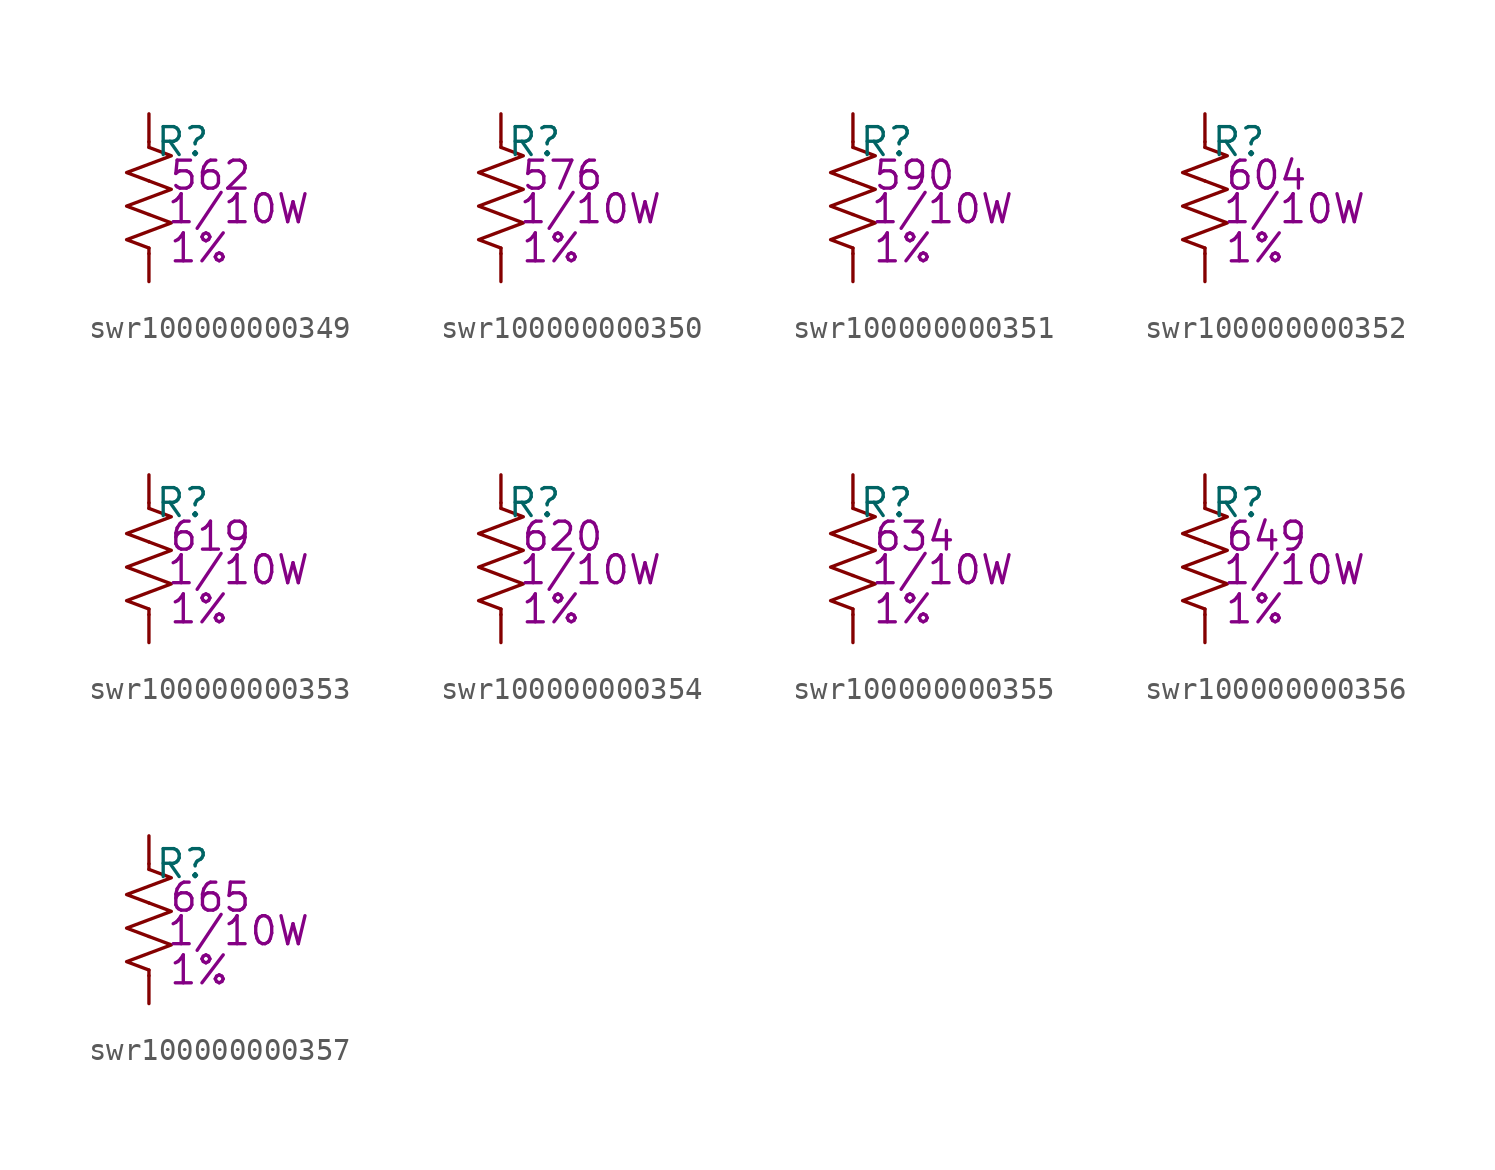
<source format=kicad_sym>
(kicad_symbol_lib
  (version 20211014)
  (generator kicad_symbol_editor)
  (symbol "swr100000000349"
    (pin_numbers hide)
    (pin_names
      (offset 1.016))
    (property "Reference" "R"
      (at 1.524 2.54 0)
      (effects (font (size 1.27 1.27))))
    (property "Tolerance" "1%"
      (at 2.286 -2.286 0)
      (effects (font (size 1.27 1.27))))
    (property "Wattage" "1/10W"
      (at 4.064 -0.508 0)
      (effects (font (size 1.27 1.27))))
    (property "PartValue" "562"
      (at 2.794 1.016 0)
      (effects (font (size 1.27 1.27))))
    (symbol "swr100000000349_1_1"
      (polyline (pts (xy 0 -2.286) (xy 0 -2.54)) (stroke (width 0) (type default) (color 0 0 0 0)) (fill (type none)))
      (polyline (pts (xy 0 2.286) (xy 0 2.54)) (stroke (width 0) (type default) (color 0 0 0 0)) (fill (type none)))
      (polyline (pts (xy 0 -0.762) (xy 1.016 -1.143) (xy 0 -1.524) (xy -1.016 -1.905) (xy 0 -2.286)) (stroke (width 0) (type default) (color 0 0 0 0)) (fill (type none)))
      (polyline (pts (xy 0 0.762) (xy 1.016 0.381) (xy 0 0) (xy -1.016 -0.381) (xy 0 -0.762)) (stroke (width 0) (type default) (color 0 0 0 0)) (fill (type none)))
      (polyline (pts (xy 0 2.286) (xy 1.016 1.905) (xy 0 1.524) (xy -1.016 1.143) (xy 0 0.762)) (stroke (width 0) (type default) (color 0 0 0 0)) (fill (type none)))
      (pin passive line (at 0 3.81 270) (length 1.27) (name "~" (effects (font (size 1.27 1.27)))) (number "1" (effects (font (size 1.27 1.27)))))
      (pin passive line (at 0 -3.81 90) (length 1.27) (name "~" (effects (font (size 1.27 1.27)))) (number "2" (effects (font (size 1.27 1.27)))))))
  (symbol "swr100000000350"
    (pin_numbers hide)
    (pin_names
      (offset 1.016))
    (property "Reference" "R"
      (at 1.524 2.54 0)
      (effects (font (size 1.27 1.27))))
    (property "Tolerance" "1%"
      (at 2.286 -2.286 0)
      (effects (font (size 1.27 1.27))))
    (property "Wattage" "1/10W"
      (at 4.064 -0.508 0)
      (effects (font (size 1.27 1.27))))
    (property "PartValue" "576"
      (at 2.794 1.016 0)
      (effects (font (size 1.27 1.27))))
    (symbol "swr100000000350_1_1"
      (polyline (pts (xy 0 -2.286) (xy 0 -2.54)) (stroke (width 0) (type default) (color 0 0 0 0)) (fill (type none)))
      (polyline (pts (xy 0 2.286) (xy 0 2.54)) (stroke (width 0) (type default) (color 0 0 0 0)) (fill (type none)))
      (polyline (pts (xy 0 -0.762) (xy 1.016 -1.143) (xy 0 -1.524) (xy -1.016 -1.905) (xy 0 -2.286)) (stroke (width 0) (type default) (color 0 0 0 0)) (fill (type none)))
      (polyline (pts (xy 0 0.762) (xy 1.016 0.381) (xy 0 0) (xy -1.016 -0.381) (xy 0 -0.762)) (stroke (width 0) (type default) (color 0 0 0 0)) (fill (type none)))
      (polyline (pts (xy 0 2.286) (xy 1.016 1.905) (xy 0 1.524) (xy -1.016 1.143) (xy 0 0.762)) (stroke (width 0) (type default) (color 0 0 0 0)) (fill (type none)))
      (pin passive line (at 0 3.81 270) (length 1.27) (name "~" (effects (font (size 1.27 1.27)))) (number "1" (effects (font (size 1.27 1.27)))))
      (pin passive line (at 0 -3.81 90) (length 1.27) (name "~" (effects (font (size 1.27 1.27)))) (number "2" (effects (font (size 1.27 1.27)))))))
  (symbol "swr100000000351"
    (pin_numbers hide)
    (pin_names
      (offset 1.016))
    (property "Reference" "R"
      (at 1.524 2.54 0)
      (effects (font (size 1.27 1.27))))
    (property "Tolerance" "1%"
      (at 2.286 -2.286 0)
      (effects (font (size 1.27 1.27))))
    (property "Wattage" "1/10W"
      (at 4.064 -0.508 0)
      (effects (font (size 1.27 1.27))))
    (property "PartValue" "590"
      (at 2.794 1.016 0)
      (effects (font (size 1.27 1.27))))
    (symbol "swr100000000351_1_1"
      (polyline (pts (xy 0 -2.286) (xy 0 -2.54)) (stroke (width 0) (type default) (color 0 0 0 0)) (fill (type none)))
      (polyline (pts (xy 0 2.286) (xy 0 2.54)) (stroke (width 0) (type default) (color 0 0 0 0)) (fill (type none)))
      (polyline (pts (xy 0 -0.762) (xy 1.016 -1.143) (xy 0 -1.524) (xy -1.016 -1.905) (xy 0 -2.286)) (stroke (width 0) (type default) (color 0 0 0 0)) (fill (type none)))
      (polyline (pts (xy 0 0.762) (xy 1.016 0.381) (xy 0 0) (xy -1.016 -0.381) (xy 0 -0.762)) (stroke (width 0) (type default) (color 0 0 0 0)) (fill (type none)))
      (polyline (pts (xy 0 2.286) (xy 1.016 1.905) (xy 0 1.524) (xy -1.016 1.143) (xy 0 0.762)) (stroke (width 0) (type default) (color 0 0 0 0)) (fill (type none)))
      (pin passive line (at 0 3.81 270) (length 1.27) (name "~" (effects (font (size 1.27 1.27)))) (number "1" (effects (font (size 1.27 1.27)))))
      (pin passive line (at 0 -3.81 90) (length 1.27) (name "~" (effects (font (size 1.27 1.27)))) (number "2" (effects (font (size 1.27 1.27)))))))
  (symbol "swr100000000352"
    (pin_numbers hide)
    (pin_names
      (offset 1.016))
    (property "Reference" "R"
      (at 1.524 2.54 0)
      (effects (font (size 1.27 1.27))))
    (property "Tolerance" "1%"
      (at 2.286 -2.286 0)
      (effects (font (size 1.27 1.27))))
    (property "Wattage" "1/10W"
      (at 4.064 -0.508 0)
      (effects (font (size 1.27 1.27))))
    (property "PartValue" "604"
      (at 2.794 1.016 0)
      (effects (font (size 1.27 1.27))))
    (symbol "swr100000000352_1_1"
      (polyline (pts (xy 0 -2.286) (xy 0 -2.54)) (stroke (width 0) (type default) (color 0 0 0 0)) (fill (type none)))
      (polyline (pts (xy 0 2.286) (xy 0 2.54)) (stroke (width 0) (type default) (color 0 0 0 0)) (fill (type none)))
      (polyline (pts (xy 0 -0.762) (xy 1.016 -1.143) (xy 0 -1.524) (xy -1.016 -1.905) (xy 0 -2.286)) (stroke (width 0) (type default) (color 0 0 0 0)) (fill (type none)))
      (polyline (pts (xy 0 0.762) (xy 1.016 0.381) (xy 0 0) (xy -1.016 -0.381) (xy 0 -0.762)) (stroke (width 0) (type default) (color 0 0 0 0)) (fill (type none)))
      (polyline (pts (xy 0 2.286) (xy 1.016 1.905) (xy 0 1.524) (xy -1.016 1.143) (xy 0 0.762)) (stroke (width 0) (type default) (color 0 0 0 0)) (fill (type none)))
      (pin passive line (at 0 3.81 270) (length 1.27) (name "~" (effects (font (size 1.27 1.27)))) (number "1" (effects (font (size 1.27 1.27)))))
      (pin passive line (at 0 -3.81 90) (length 1.27) (name "~" (effects (font (size 1.27 1.27)))) (number "2" (effects (font (size 1.27 1.27)))))))
  (symbol "swr100000000353"
    (pin_numbers hide)
    (pin_names
      (offset 1.016))
    (property "Reference" "R"
      (at 1.524 2.54 0)
      (effects (font (size 1.27 1.27))))
    (property "Tolerance" "1%"
      (at 2.286 -2.286 0)
      (effects (font (size 1.27 1.27))))
    (property "Wattage" "1/10W"
      (at 4.064 -0.508 0)
      (effects (font (size 1.27 1.27))))
    (property "PartValue" "619"
      (at 2.794 1.016 0)
      (effects (font (size 1.27 1.27))))
    (symbol "swr100000000353_1_1"
      (polyline (pts (xy 0 -2.286) (xy 0 -2.54)) (stroke (width 0) (type default) (color 0 0 0 0)) (fill (type none)))
      (polyline (pts (xy 0 2.286) (xy 0 2.54)) (stroke (width 0) (type default) (color 0 0 0 0)) (fill (type none)))
      (polyline (pts (xy 0 -0.762) (xy 1.016 -1.143) (xy 0 -1.524) (xy -1.016 -1.905) (xy 0 -2.286)) (stroke (width 0) (type default) (color 0 0 0 0)) (fill (type none)))
      (polyline (pts (xy 0 0.762) (xy 1.016 0.381) (xy 0 0) (xy -1.016 -0.381) (xy 0 -0.762)) (stroke (width 0) (type default) (color 0 0 0 0)) (fill (type none)))
      (polyline (pts (xy 0 2.286) (xy 1.016 1.905) (xy 0 1.524) (xy -1.016 1.143) (xy 0 0.762)) (stroke (width 0) (type default) (color 0 0 0 0)) (fill (type none)))
      (pin passive line (at 0 3.81 270) (length 1.27) (name "~" (effects (font (size 1.27 1.27)))) (number "1" (effects (font (size 1.27 1.27)))))
      (pin passive line (at 0 -3.81 90) (length 1.27) (name "~" (effects (font (size 1.27 1.27)))) (number "2" (effects (font (size 1.27 1.27)))))))
  (symbol "swr100000000354"
    (pin_numbers hide)
    (pin_names
      (offset 1.016))
    (property "Reference" "R"
      (at 1.524 2.54 0)
      (effects (font (size 1.27 1.27))))
    (property "Tolerance" "1%"
      (at 2.286 -2.286 0)
      (effects (font (size 1.27 1.27))))
    (property "Wattage" "1/10W"
      (at 4.064 -0.508 0)
      (effects (font (size 1.27 1.27))))
    (property "PartValue" "620"
      (at 2.794 1.016 0)
      (effects (font (size 1.27 1.27))))
    (symbol "swr100000000354_1_1"
      (polyline (pts (xy 0 -2.286) (xy 0 -2.54)) (stroke (width 0) (type default) (color 0 0 0 0)) (fill (type none)))
      (polyline (pts (xy 0 2.286) (xy 0 2.54)) (stroke (width 0) (type default) (color 0 0 0 0)) (fill (type none)))
      (polyline (pts (xy 0 -0.762) (xy 1.016 -1.143) (xy 0 -1.524) (xy -1.016 -1.905) (xy 0 -2.286)) (stroke (width 0) (type default) (color 0 0 0 0)) (fill (type none)))
      (polyline (pts (xy 0 0.762) (xy 1.016 0.381) (xy 0 0) (xy -1.016 -0.381) (xy 0 -0.762)) (stroke (width 0) (type default) (color 0 0 0 0)) (fill (type none)))
      (polyline (pts (xy 0 2.286) (xy 1.016 1.905) (xy 0 1.524) (xy -1.016 1.143) (xy 0 0.762)) (stroke (width 0) (type default) (color 0 0 0 0)) (fill (type none)))
      (pin passive line (at 0 3.81 270) (length 1.27) (name "~" (effects (font (size 1.27 1.27)))) (number "1" (effects (font (size 1.27 1.27)))))
      (pin passive line (at 0 -3.81 90) (length 1.27) (name "~" (effects (font (size 1.27 1.27)))) (number "2" (effects (font (size 1.27 1.27)))))))
  (symbol "swr100000000355"
    (pin_numbers hide)
    (pin_names
      (offset 1.016))
    (property "Reference" "R"
      (at 1.524 2.54 0)
      (effects (font (size 1.27 1.27))))
    (property "Tolerance" "1%"
      (at 2.286 -2.286 0)
      (effects (font (size 1.27 1.27))))
    (property "Wattage" "1/10W"
      (at 4.064 -0.508 0)
      (effects (font (size 1.27 1.27))))
    (property "PartValue" "634"
      (at 2.794 1.016 0)
      (effects (font (size 1.27 1.27))))
    (symbol "swr100000000355_1_1"
      (polyline (pts (xy 0 -2.286) (xy 0 -2.54)) (stroke (width 0) (type default) (color 0 0 0 0)) (fill (type none)))
      (polyline (pts (xy 0 2.286) (xy 0 2.54)) (stroke (width 0) (type default) (color 0 0 0 0)) (fill (type none)))
      (polyline (pts (xy 0 -0.762) (xy 1.016 -1.143) (xy 0 -1.524) (xy -1.016 -1.905) (xy 0 -2.286)) (stroke (width 0) (type default) (color 0 0 0 0)) (fill (type none)))
      (polyline (pts (xy 0 0.762) (xy 1.016 0.381) (xy 0 0) (xy -1.016 -0.381) (xy 0 -0.762)) (stroke (width 0) (type default) (color 0 0 0 0)) (fill (type none)))
      (polyline (pts (xy 0 2.286) (xy 1.016 1.905) (xy 0 1.524) (xy -1.016 1.143) (xy 0 0.762)) (stroke (width 0) (type default) (color 0 0 0 0)) (fill (type none)))
      (pin passive line (at 0 3.81 270) (length 1.27) (name "~" (effects (font (size 1.27 1.27)))) (number "1" (effects (font (size 1.27 1.27)))))
      (pin passive line (at 0 -3.81 90) (length 1.27) (name "~" (effects (font (size 1.27 1.27)))) (number "2" (effects (font (size 1.27 1.27)))))))
  (symbol "swr100000000356"
    (pin_numbers hide)
    (pin_names
      (offset 1.016))
    (property "Reference" "R"
      (at 1.524 2.54 0)
      (effects (font (size 1.27 1.27))))
    (property "Tolerance" "1%"
      (at 2.286 -2.286 0)
      (effects (font (size 1.27 1.27))))
    (property "Wattage" "1/10W"
      (at 4.064 -0.508 0)
      (effects (font (size 1.27 1.27))))
    (property "PartValue" "649"
      (at 2.794 1.016 0)
      (effects (font (size 1.27 1.27))))
    (symbol "swr100000000356_1_1"
      (polyline (pts (xy 0 -2.286) (xy 0 -2.54)) (stroke (width 0) (type default) (color 0 0 0 0)) (fill (type none)))
      (polyline (pts (xy 0 2.286) (xy 0 2.54)) (stroke (width 0) (type default) (color 0 0 0 0)) (fill (type none)))
      (polyline (pts (xy 0 -0.762) (xy 1.016 -1.143) (xy 0 -1.524) (xy -1.016 -1.905) (xy 0 -2.286)) (stroke (width 0) (type default) (color 0 0 0 0)) (fill (type none)))
      (polyline (pts (xy 0 0.762) (xy 1.016 0.381) (xy 0 0) (xy -1.016 -0.381) (xy 0 -0.762)) (stroke (width 0) (type default) (color 0 0 0 0)) (fill (type none)))
      (polyline (pts (xy 0 2.286) (xy 1.016 1.905) (xy 0 1.524) (xy -1.016 1.143) (xy 0 0.762)) (stroke (width 0) (type default) (color 0 0 0 0)) (fill (type none)))
      (pin passive line (at 0 3.81 270) (length 1.27) (name "~" (effects (font (size 1.27 1.27)))) (number "1" (effects (font (size 1.27 1.27)))))
      (pin passive line (at 0 -3.81 90) (length 1.27) (name "~" (effects (font (size 1.27 1.27)))) (number "2" (effects (font (size 1.27 1.27)))))))
  (symbol "swr100000000357"
    (pin_numbers hide)
    (pin_names
      (offset 1.016))
    (property "Reference" "R"
      (at 1.524 2.54 0)
      (effects (font (size 1.27 1.27))))
    (property "Tolerance" "1%"
      (at 2.286 -2.286 0)
      (effects (font (size 1.27 1.27))))
    (property "Wattage" "1/10W"
      (at 4.064 -0.508 0)
      (effects (font (size 1.27 1.27))))
    (property "PartValue" "665"
      (at 2.794 1.016 0)
      (effects (font (size 1.27 1.27))))
    (symbol "swr100000000357_1_1"
      (polyline (pts (xy 0 -2.286) (xy 0 -2.54)) (stroke (width 0) (type default) (color 0 0 0 0)) (fill (type none)))
      (polyline (pts (xy 0 2.286) (xy 0 2.54)) (stroke (width 0) (type default) (color 0 0 0 0)) (fill (type none)))
      (polyline (pts (xy 0 -0.762) (xy 1.016 -1.143) (xy 0 -1.524) (xy -1.016 -1.905) (xy 0 -2.286)) (stroke (width 0) (type default) (color 0 0 0 0)) (fill (type none)))
      (polyline (pts (xy 0 0.762) (xy 1.016 0.381) (xy 0 0) (xy -1.016 -0.381) (xy 0 -0.762)) (stroke (width 0) (type default) (color 0 0 0 0)) (fill (type none)))
      (polyline (pts (xy 0 2.286) (xy 1.016 1.905) (xy 0 1.524) (xy -1.016 1.143) (xy 0 0.762)) (stroke (width 0) (type default) (color 0 0 0 0)) (fill (type none)))
      (pin passive line (at 0 3.81 270) (length 1.27) (name "~" (effects (font (size 1.27 1.27)))) (number "1" (effects (font (size 1.27 1.27)))))
      (pin passive line (at 0 -3.81 90) (length 1.27) (name "~" (effects (font (size 1.27 1.27)))) (number "2" (effects (font (size 1.27 1.27))))))))
</source>
